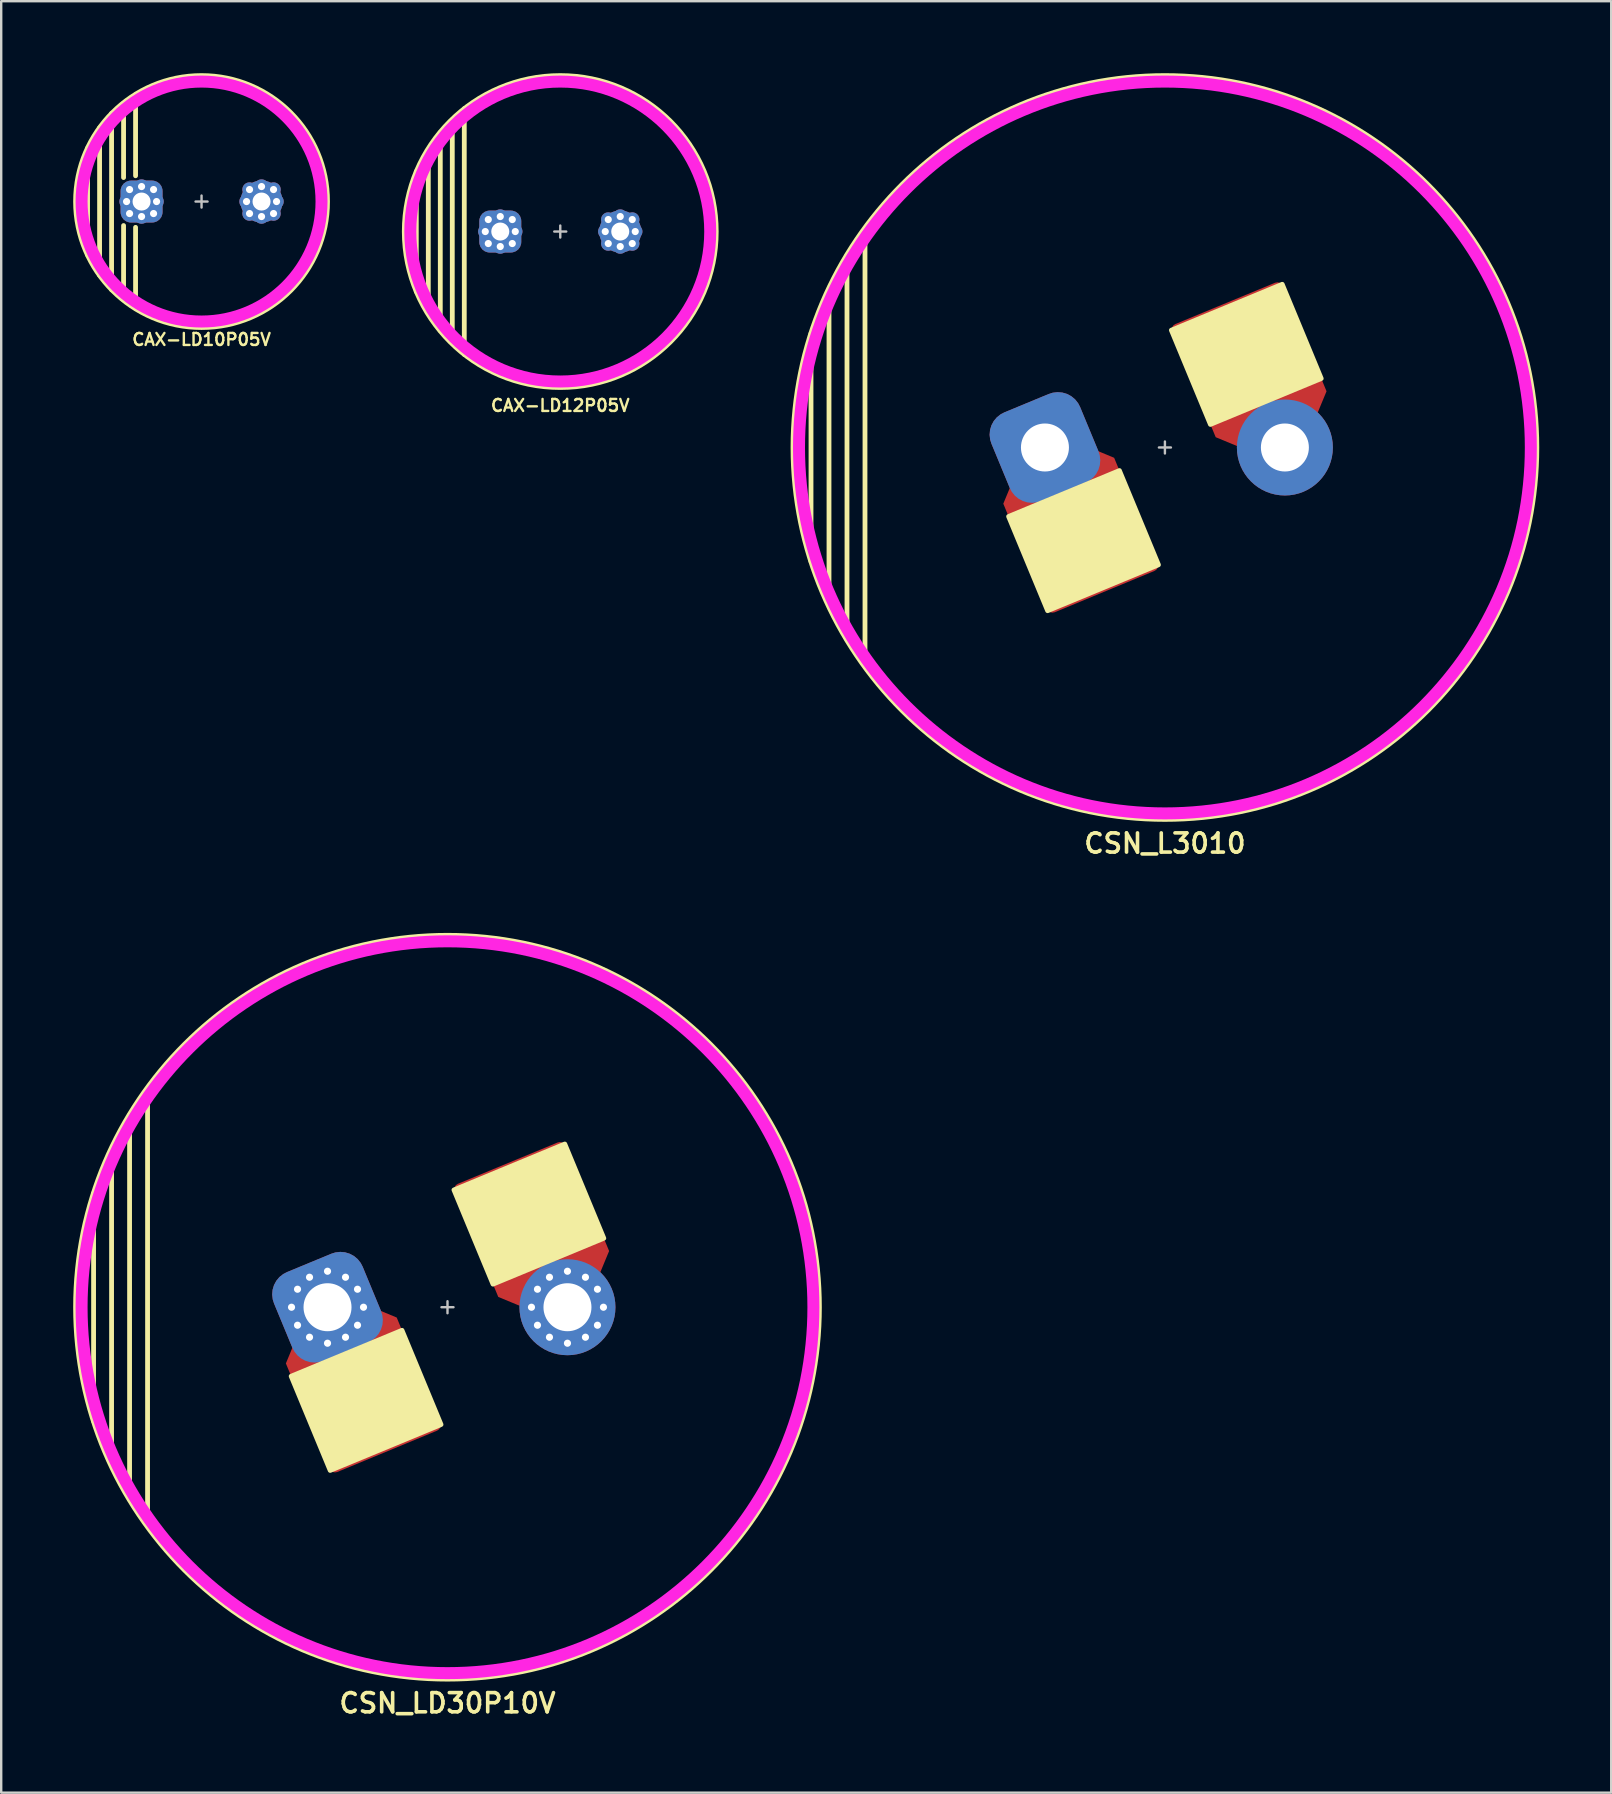
<source format=kicad_pcb>
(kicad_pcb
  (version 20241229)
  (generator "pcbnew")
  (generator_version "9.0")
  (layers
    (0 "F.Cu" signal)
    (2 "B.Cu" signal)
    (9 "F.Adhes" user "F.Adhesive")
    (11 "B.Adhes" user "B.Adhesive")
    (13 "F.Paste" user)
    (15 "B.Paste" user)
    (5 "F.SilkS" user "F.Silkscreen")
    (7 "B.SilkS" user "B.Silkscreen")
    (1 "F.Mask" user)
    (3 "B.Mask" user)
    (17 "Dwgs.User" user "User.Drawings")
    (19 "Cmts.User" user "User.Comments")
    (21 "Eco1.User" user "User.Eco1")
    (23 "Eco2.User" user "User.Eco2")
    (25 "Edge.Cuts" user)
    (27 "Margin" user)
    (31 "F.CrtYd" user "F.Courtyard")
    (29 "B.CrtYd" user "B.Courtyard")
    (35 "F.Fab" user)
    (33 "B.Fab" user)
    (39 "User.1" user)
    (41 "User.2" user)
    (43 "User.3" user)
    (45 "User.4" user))
  (footprint "CAX-LD12P05V"
    (layer "F.Cu")
    (at 20.3 6.6)
    (property "Reference" "CAX-LD12P05V" (at 0 7.25 0) (unlocked yes) (layer "F.SilkS") (effects (font (size 0.5 0.5) (thickness 0.1))))
    (attr through_hole)
    (fp_line (start -6 -2.5) (end -6 2.5) (stroke (width 0.2) (type default)) (layer "F.SilkS"))
    (fp_line (start -5.5 -3.375) (end -5.5 3.375) (stroke (width 0.2) (type default)) (layer "F.SilkS"))
    (fp_line (start -5 -4.125) (end -5 4.125) (stroke (width 0.2) (type default)) (layer "F.SilkS"))
    (fp_line (start -4.5 -4.625) (end -4.5 4.625) (stroke (width 0.2) (type default)) (layer "F.SilkS"))
    (fp_line (start -4 -5.125) (end -4 5.125) (stroke (width 0.2) (type default)) (layer "F.SilkS"))
    (fp_circle (center 0 0) (end 6.5 0) (stroke (width 0.2) (type default)) (fill no) (layer "F.SilkS"))
    (fp_line (start -0.25 0) (end 0.25 0) (stroke (width 0.1) (type default)) (layer "Dwgs.User"))
    (fp_line (start 0 -0.25) (end 0 0.25) (stroke (width 0.1) (type default)) (layer "Dwgs.User"))
    (fp_circle (center 0 0) (end 6.25 0) (stroke (width 0.5) (type default)) (fill no) (layer "F.CrtYd"))
    (pad "1" thru_hole circle (at 1.875 0) (size 0.6 0.6) (drill 0.3) (layers "*.Cu" "*.Mask"))
    (pad "1" thru_hole circle (at 2 -0.5) (size 0.6 0.6) (drill 0.3) (layers "*.Cu" "*.Mask"))
    (pad "1" thru_hole circle (at 2 0.5) (size 0.6 0.6) (drill 0.3) (layers "*.Cu" "*.Mask"))
    (pad "1" thru_hole circle (at 2.5 -0.625) (size 0.6 0.6) (drill 0.3) (layers "*.Cu" "*.Mask"))
    (pad "1" thru_hole circle (at 2.5 0) (size 1.75 1.75) (drill 0.75) (layers "*.Cu" "*.Mask"))
    (pad "1" thru_hole circle (at 2.5 0.625) (size 0.6 0.6) (drill 0.3) (layers "*.Cu" "*.Mask"))
    (pad "1" thru_hole circle (at 3 -0.5) (size 0.6 0.6) (drill 0.3) (layers "*.Cu" "*.Mask"))
    (pad "1" thru_hole circle (at 3 0.5) (size 0.6 0.6) (drill 0.3) (layers "*.Cu" "*.Mask"))
    (pad "1" thru_hole circle (at 3.125 0) (size 0.6 0.6) (drill 0.3) (layers "*.Cu" "*.Mask"))
    (pad "2" thru_hole circle (at -3.125 0) (size 0.6 0.6) (drill 0.3) (layers "*.Cu" "*.Mask"))
    (pad "2" thru_hole circle (at -3 -0.5) (size 0.6 0.6) (drill 0.3) (layers "*.Cu" "*.Mask"))
    (pad "2" thru_hole circle (at -3 0.5) (size 0.6 0.6) (drill 0.3) (layers "*.Cu" "*.Mask"))
    (pad "2" thru_hole circle (at -2.5 -0.625) (size 0.6 0.6) (drill 0.3) (layers "*.Cu" "*.Mask"))
    (pad "2" thru_hole roundrect (at -2.5 0) (size 1.75 1.75) (drill 0.75) (layers "*.Cu" "*.Mask") (roundrect_rratio 0.25))
    (pad "2" thru_hole circle (at -2.5 0.625) (size 0.6 0.6) (drill 0.3) (layers "*.Cu" "*.Mask"))
    (pad "2" thru_hole circle (at -2 -0.5) (size 0.6 0.6) (drill 0.3) (layers "*.Cu" "*.Mask"))
    (pad "2" thru_hole circle (at -2 0.5) (size 0.6 0.6) (drill 0.3) (layers "*.Cu" "*.Mask"))
    (pad "2" thru_hole circle (at -1.875 0) (size 0.6 0.6) (drill 0.3) (layers "*.Cu" "*.Mask")))
  (footprint "CAX-LD10P05V"
    (layer "F.Cu")
    (at 5.35 5.35)
    (property "Reference" "CAX-LD10P05V" (at 0 5.75 0) (unlocked yes) (layer "F.SilkS") (effects (font (size 0.5 0.5) (thickness 0.1))))
    (attr through_hole)
    (fp_line (start -4.75 -2.225) (end -4.75 2.225) (stroke (width 0.2) (type default)) (layer "F.SilkS"))
    (fp_line (start -4.25 -3.075) (end -4.25 3.075) (stroke (width 0.2) (type default)) (layer "F.SilkS"))
    (fp_line (start -3.75 -3.675) (end -3.75 3.675) (stroke (width 0.2) (type default)) (layer "F.SilkS"))
    (fp_line (start -3.25 -1) (end -3.25 -4.1) (stroke (width 0.2) (type default)) (layer "F.SilkS"))
    (fp_line (start -3.25 1) (end -3.25 4.1) (stroke (width 0.2) (type default)) (layer "F.SilkS"))
    (fp_line (start -2.75 -1.075) (end -2.75 -4.45) (stroke (width 0.2) (type default)) (layer "F.SilkS"))
    (fp_line (start -2.75 1.075) (end -2.75 4.45) (stroke (width 0.2) (type default)) (layer "F.SilkS"))
    (fp_circle (center 0 0) (end 5.25 0) (stroke (width 0.2) (type default)) (fill no) (layer "F.SilkS"))
    (fp_line (start -0.25 0) (end 0.25 0) (stroke (width 0.1) (type default)) (layer "Dwgs.User"))
    (fp_line (start 0 -0.25) (end 0 0.25) (stroke (width 0.1) (type default)) (layer "Dwgs.User"))
    (fp_circle (center 0 0) (end 5 0) (stroke (width 0.5) (type default)) (fill no) (layer "F.CrtYd"))
    (pad "1" thru_hole circle (at 1.875 0) (size 0.6 0.6) (drill 0.3) (layers "*.Cu" "*.Mask"))
    (pad "1" thru_hole circle (at 2 -0.5) (size 0.6 0.6) (drill 0.3) (layers "*.Cu" "*.Mask"))
    (pad "1" thru_hole circle (at 2 0.5) (size 0.6 0.6) (drill 0.3) (layers "*.Cu" "*.Mask"))
    (pad "1" thru_hole circle (at 2.5 -0.625) (size 0.6 0.6) (drill 0.3) (layers "*.Cu" "*.Mask"))
    (pad "1" thru_hole circle (at 2.5 0) (size 1.75 1.75) (drill 0.75) (layers "*.Cu" "*.Mask"))
    (pad "1" thru_hole circle (at 2.5 0.625) (size 0.6 0.6) (drill 0.3) (layers "*.Cu" "*.Mask"))
    (pad "1" thru_hole circle (at 3 -0.5) (size 0.6 0.6) (drill 0.3) (layers "*.Cu" "*.Mask"))
    (pad "1" thru_hole circle (at 3 0.5) (size 0.6 0.6) (drill 0.3) (layers "*.Cu" "*.Mask"))
    (pad "1" thru_hole circle (at 3.125 0) (size 0.6 0.6) (drill 0.3) (layers "*.Cu" "*.Mask"))
    (pad "2" thru_hole circle (at -3.125 0) (size 0.6 0.6) (drill 0.3) (layers "*.Cu" "*.Mask"))
    (pad "2" thru_hole circle (at -3 -0.5) (size 0.6 0.6) (drill 0.3) (layers "*.Cu" "*.Mask"))
    (pad "2" thru_hole circle (at -3 0.5) (size 0.6 0.6) (drill 0.3) (layers "*.Cu" "*.Mask"))
    (pad "2" thru_hole circle (at -2.5 -0.625) (size 0.6 0.6) (drill 0.3) (layers "*.Cu" "*.Mask"))
    (pad "2" thru_hole roundrect (at -2.5 0) (size 1.75 1.75) (drill 0.75) (layers "*.Cu" "*.Mask") (roundrect_rratio 0.25))
    (pad "2" thru_hole circle (at -2.5 0.625) (size 0.6 0.6) (drill 0.3) (layers "*.Cu" "*.Mask"))
    (pad "2" thru_hole circle (at -2 -0.5) (size 0.6 0.6) (drill 0.3) (layers "*.Cu" "*.Mask"))
    (pad "2" thru_hole circle (at -2 0.5) (size 0.6 0.6) (drill 0.3) (layers "*.Cu" "*.Mask"))
    (pad "2" thru_hole circle (at -1.875 0) (size 0.6 0.6) (drill 0.3) (layers "*.Cu" "*.Mask")))
  (footprint "CSN_L3010"
    (layer "F.Cu")
    (at 45.5 15.6)
    (property "Reference" "CSN_L3010" (at 0 16.5 0) (unlocked yes) (layer "F.SilkS") (effects (font (size 0.8 0.8) (thickness 0.15))))
    (attr through_hole)
    (fp_line (start -14.75 -4.75) (end -14.75 4.75) (stroke (width 0.2) (type default)) (layer "F.SilkS"))
    (fp_line (start -14 6.5) (end -14 -6.5) (stroke (width 0.2) (type default)) (layer "F.SilkS"))
    (fp_line (start -13.25 -8) (end -13.25 8) (stroke (width 0.2) (type default)) (layer "F.SilkS"))
    (fp_line (start -12.5 -9) (end -12.5 9) (stroke (width 0.2) (type default)) (layer "F.SilkS"))
    (fp_circle (center 0 0) (end 15.5 0) (stroke (width 0.2) (type default)) (fill no) (layer "F.SilkS"))
    (fp_poly (pts (xy -0.269 4.889) (xy -4.889 6.802) (xy -6.515 2.875) (xy -1.896 0.962)) (stroke (width 0.2) (type solid)) (fill yes) (layer "F.SilkS"))
    (fp_poly (pts (xy 0.269 -4.889) (xy 4.889 -6.802) (xy 6.515 -2.875) (xy 1.896 -0.962)) (stroke (width 0.2) (type solid)) (fill yes) (layer "F.SilkS"))
    (fp_line (start -0.25 0) (end 0.25 0) (stroke (width 0.1) (type default)) (layer "Dwgs.User"))
    (fp_line (start 0 -0.25) (end 0 0.25) (stroke (width 0.1) (type default)) (layer "Dwgs.User"))
    (fp_circle (center 0 0) (end 15.25 0) (stroke (width 0.5) (type default)) (fill no) (layer "F.CrtYd"))
    (pad "1" thru_hole circle (at 5 0) (size 4 4) (drill 2) (layers "*.Cu" "*.Mask"))
    (pad "1" smd roundrect (at 5 0 202.5) (size 5 6) (drill (offset 0 3.5)) (layers "F.Cu") (roundrect_rratio 0.05) (chamfer_ratio 0.2) (chamfer top_left top_right))
    (pad "2" thru_hole roundrect (at -5 0 22.5) (size 4 4) (drill 2) (layers "*.Cu" "*.Mask") (roundrect_rratio 0.25))
    (pad "2" smd roundrect (at -5 0 22.5) (size 5 6) (drill (offset 0 3.5)) (layers "F.Cu") (roundrect_rratio 0.05) (chamfer_ratio 0.2) (chamfer top_left top_right)))
  (footprint "CSN_LD30P10V"
    (layer "F.Cu")
    (at 15.6 51.431)
    (property "Reference" "CSN_LD30P10V" (at 0 16.5 0) (unlocked yes) (layer "F.SilkS") (effects (font (size 0.8 0.8) (thickness 0.15))))
    (attr through_hole)
    (fp_line (start -14.75 -4.75) (end -14.75 4.75) (stroke (width 0.2) (type default)) (layer "F.SilkS"))
    (fp_line (start -14 6.5) (end -14 -6.5) (stroke (width 0.2) (type default)) (layer "F.SilkS"))
    (fp_line (start -13.25 -8) (end -13.25 8) (stroke (width 0.2) (type default)) (layer "F.SilkS"))
    (fp_line (start -12.5 -9) (end -12.5 9) (stroke (width 0.2) (type default)) (layer "F.SilkS"))
    (fp_circle (center 0 0) (end 15.5 0) (stroke (width 0.2) (type default)) (fill no) (layer "F.SilkS"))
    (fp_poly (pts (xy -0.269 4.889) (xy -4.889 6.802) (xy -6.515 2.875) (xy -1.896 0.962)) (stroke (width 0.2) (type solid)) (fill yes) (layer "F.SilkS"))
    (fp_poly (pts (xy 0.269 -4.889) (xy 4.889 -6.802) (xy 6.515 -2.875) (xy 1.896 -0.962)) (stroke (width 0.2) (type solid)) (fill yes) (layer "F.SilkS"))
    (fp_line (start -0.25 0) (end 0.25 0) (stroke (width 0.1) (type default)) (layer "Dwgs.User"))
    (fp_line (start 0 -0.25) (end 0 0.25) (stroke (width 0.1) (type default)) (layer "Dwgs.User"))
    (fp_circle (center 0 0) (end 15.25 0) (stroke (width 0.5) (type default)) (fill no) (layer "F.CrtYd"))
    (pad "1" thru_hole circle (at 3.5 0) (size 0.6 0.6) (drill 0.3) (layers "*.Cu" "*.Mask"))
    (pad "1" thru_hole circle (at 3.75 -0.75) (size 0.6 0.6) (drill 0.3) (layers "*.Cu" "*.Mask"))
    (pad "1" thru_hole circle (at 3.75 0.75) (size 0.6 0.6) (drill 0.3) (layers "*.Cu" "*.Mask"))
    (pad "1" thru_hole circle (at 4.25 -1.25) (size 0.6 0.6) (drill 0.3) (layers "*.Cu" "*.Mask"))
    (pad "1" thru_hole circle (at 4.25 1.25) (size 0.6 0.6) (drill 0.3) (layers "*.Cu" "*.Mask"))
    (pad "1" thru_hole circle (at 5 -1.5) (size 0.6 0.6) (drill 0.3) (layers "*.Cu" "*.Mask"))
    (pad "1" thru_hole circle (at 5 0) (size 4 4) (drill 2) (layers "*.Cu" "*.Mask"))
    (pad "1" smd roundrect (at 5 0 202.5) (size 5 6) (drill (offset 0 3.5)) (layers "F.Cu") (roundrect_rratio 0.05) (chamfer_ratio 0.2) (chamfer top_left top_right))
    (pad "1" thru_hole circle (at 5 1.5) (size 0.6 0.6) (drill 0.3) (layers "*.Cu" "*.Mask"))
    (pad "1" thru_hole circle (at 5.75 -1.25) (size 0.6 0.6) (drill 0.3) (layers "*.Cu" "*.Mask"))
    (pad "1" thru_hole circle (at 5.75 1.25) (size 0.6 0.6) (drill 0.3) (layers "*.Cu" "*.Mask"))
    (pad "1" thru_hole circle (at 6.25 -0.75) (size 0.6 0.6) (drill 0.3) (layers "*.Cu" "*.Mask"))
    (pad "1" thru_hole circle (at 6.25 0.75) (size 0.6 0.6) (drill 0.3) (layers "*.Cu" "*.Mask"))
    (pad "1" thru_hole circle (at 6.5 0) (size 0.6 0.6) (drill 0.3) (layers "*.Cu" "*.Mask"))
    (pad "2" thru_hole circle (at -6.5 0) (size 0.6 0.6) (drill 0.3) (layers "*.Cu" "*.Mask"))
    (pad "2" thru_hole circle (at -6.25 -0.75) (size 0.6 0.6) (drill 0.3) (layers "*.Cu" "*.Mask"))
    (pad "2" thru_hole circle (at -6.25 0.75) (size 0.6 0.6) (drill 0.3) (layers "*.Cu" "*.Mask"))
    (pad "2" thru_hole circle (at -5.75 -1.25) (size 0.6 0.6) (drill 0.3) (layers "*.Cu" "*.Mask"))
    (pad "2" thru_hole circle (at -5.75 1.25) (size 0.6 0.6) (drill 0.3) (layers "*.Cu" "*.Mask"))
    (pad "2" thru_hole circle (at -5 -1.5) (size 0.6 0.6) (drill 0.3) (layers "*.Cu" "*.Mask"))
    (pad "2" thru_hole roundrect (at -5 0 22.5) (size 4 4) (drill 2) (layers "*.Cu" "*.Mask") (roundrect_rratio 0.25))
    (pad "2" smd roundrect (at -5 0 22.5) (size 5 6) (drill (offset 0 3.5)) (layers "F.Cu") (roundrect_rratio 0.05) (chamfer_ratio 0.2) (chamfer top_left top_right))
    (pad "2" thru_hole circle (at -5 1.5) (size 0.6 0.6) (drill 0.3) (layers "*.Cu" "*.Mask"))
    (pad "2" thru_hole circle (at -4.25 -1.25) (size 0.6 0.6) (drill 0.3) (layers "*.Cu" "*.Mask"))
    (pad "2" thru_hole circle (at -4.25 1.25) (size 0.6 0.6) (drill 0.3) (layers "*.Cu" "*.Mask"))
    (pad "2" thru_hole circle (at -3.75 -0.75) (size 0.6 0.6) (drill 0.3) (layers "*.Cu" "*.Mask"))
    (pad "2" thru_hole circle (at -3.75 0.75) (size 0.6 0.6) (drill 0.3) (layers "*.Cu" "*.Mask"))
    (pad "2" thru_hole circle (at -3.5 0) (size 0.6 0.6) (drill 0.3) (layers "*.Cu" "*.Mask")))
  (gr_rect
    (start -3 -3)
    (end 64.1 71.662)
    (stroke (width 0.1) (type default))
    (fill no)
    (layer "Edge.Cuts")))
</source>
